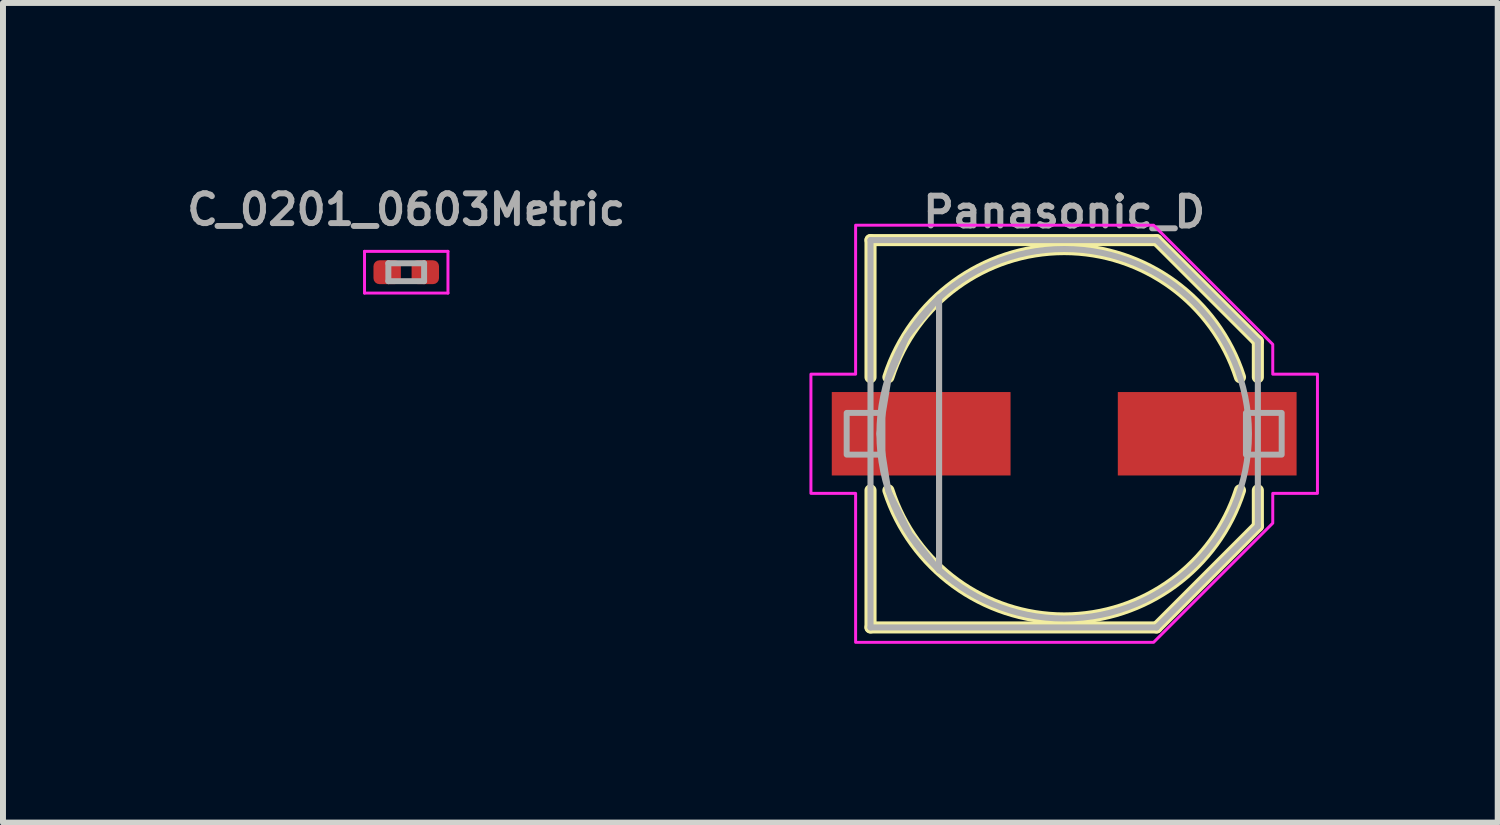
<source format=kicad_pcb>
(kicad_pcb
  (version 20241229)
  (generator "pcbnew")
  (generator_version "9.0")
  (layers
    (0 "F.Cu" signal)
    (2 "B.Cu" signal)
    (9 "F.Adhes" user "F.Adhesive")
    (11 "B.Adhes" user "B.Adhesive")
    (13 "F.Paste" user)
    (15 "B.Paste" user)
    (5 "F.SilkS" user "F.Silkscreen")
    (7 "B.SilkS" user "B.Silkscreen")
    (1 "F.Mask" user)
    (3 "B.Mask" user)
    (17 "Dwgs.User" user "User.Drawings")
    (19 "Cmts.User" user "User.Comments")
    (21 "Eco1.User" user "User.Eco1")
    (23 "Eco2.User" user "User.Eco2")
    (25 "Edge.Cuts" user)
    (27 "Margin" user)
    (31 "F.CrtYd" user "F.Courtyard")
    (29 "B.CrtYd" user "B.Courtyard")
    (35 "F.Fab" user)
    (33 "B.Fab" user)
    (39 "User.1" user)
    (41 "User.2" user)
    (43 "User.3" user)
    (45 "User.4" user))
  (footprint "Panasonic_D"
    (layer "F.Cu")
    (at 14.808 4.229)
    (property "Reference" "Panasonic_D" (at 0 -3.429 0) (layer "F.Fab") (effects (font (size 0.5 0.5) (thickness 0.1) (bold yes)) (justify bottom)))
    (attr smd)
    (fp_line (start -3.25 -3.25) (end 1.55 -3.25) (stroke (width 0.203) (type solid)) (layer "F.SilkS"))
    (fp_line (start -3.25 -0.95) (end -3.25 -3.25) (stroke (width 0.203) (type solid)) (layer "F.SilkS"))
    (fp_line (start -3.25 3.25) (end -3.25 0.95) (stroke (width 0.203) (type solid)) (layer "F.SilkS"))
    (fp_line (start 1.55 -3.25) (end 3.25 -1.55) (stroke (width 0.203) (type solid)) (layer "F.SilkS"))
    (fp_line (start 1.55 3.25) (end -3.25 3.25) (stroke (width 0.203) (type solid)) (layer "F.SilkS"))
    (fp_line (start 3.25 -1.55) (end 3.25 -0.95) (stroke (width 0.203) (type solid)) (layer "F.SilkS"))
    (fp_line (start 3.25 0.95) (end 3.25 1.55) (stroke (width 0.203) (type solid)) (layer "F.SilkS"))
    (fp_line (start 3.25 1.55) (end 1.55 3.25) (stroke (width 0.203) (type solid)) (layer "F.SilkS"))
    (fp_arc (start -2.95 -0.95) (mid 0 -3.099193) (end 2.95 -0.95) (stroke (width 0.2032) (type solid)) (layer "F.SilkS"))
    (fp_arc (start 2.95 0.95) (mid 0 3.099193) (end -2.95 0.95) (stroke (width 0.2032) (type solid)) (layer "F.SilkS"))
    (fp_poly (pts (xy -4.25 -1) (xy -4.25 1) (xy -3.5 1) (xy -3.5 3.5) (xy 1.5 3.5) (xy 3.5 1.5) (xy 3.5 1) (xy 4.25 1) (xy 4.25 -1) (xy 3.5 -1) (xy 3.5 -1.5) (xy 1.5 -3.5) (xy -3.5 -3.5) (xy -3.5 -1)) (stroke (width 0.05) (type solid)) (fill no) (layer "F.CrtYd"))
    (fp_line (start -3.25 -3.25) (end 1.55 -3.25) (stroke (width 0.102) (type solid)) (layer "F.Fab"))
    (fp_line (start -3.25 3.25) (end -3.25 -3.25) (stroke (width 0.102) (type solid)) (layer "F.Fab"))
    (fp_line (start -2.1 -2.25) (end -2.1 2.2) (stroke (width 0.102) (type solid)) (layer "F.Fab"))
    (fp_line (start 1.55 -3.25) (end 3.25 -1.55) (stroke (width 0.102) (type solid)) (layer "F.Fab"))
    (fp_line (start 1.55 3.25) (end -3.25 3.25) (stroke (width 0.102) (type solid)) (layer "F.Fab"))
    (fp_line (start 3.25 -1.55) (end 3.25 1.55) (stroke (width 0.102) (type solid)) (layer "F.Fab"))
    (fp_line (start 3.25 1.55) (end 1.55 3.25) (stroke (width 0.102) (type solid)) (layer "F.Fab"))
    (fp_circle (center 0 0) (end 3.1 0) (stroke (width 0.102) (type solid)) (fill no) (layer "F.Fab"))
    (fp_poly (pts (xy -3.65 0.35) (xy -3.05 0.35) (xy -3.05 -0.35) (xy -3.65 -0.35)) (stroke (width 0.1) (type default)) (fill no) (layer "F.Fab"))
    (fp_poly (pts (xy 3.05 0.35) (xy 3.65 0.35) (xy 3.65 -0.35) (xy 3.05 -0.35)) (stroke (width 0.1) (type default)) (fill no) (layer "F.Fab"))
    (fp_poly (pts (xy -2.099 2.295) (xy -2.593 1.678) (xy -2.949 0.966) (xy -3.101 -0.00022) (xy -2.949 -0.914) (xy -2.644 -1.627) (xy -2.099 -2.292)) (stroke (width 0.1) (type default)) (fill no) (layer "F.Fab"))
    (pad "1" smd rect (at 2.4 0) (size 3 1.4) (layers "F.Cu" "F.Mask" "F.Paste"))
    (pad "2" smd rect (at -2.4 0) (size 3 1.4) (layers "F.Cu" "F.Mask" "F.Paste")))
  (footprint "C_0201_0603Metric"
    (layer "F.Cu")
    (at 3.767 1.518)
    (property "Reference" "C_0201_0603Metric" (at 0 -1.05 0) (layer "F.Fab") (effects (font (size 0.5 0.5) (thickness 0.1))))
    (attr smd)
    (fp_line (start -0.7 -0.35) (end 0.7 -0.35) (stroke (width 0.05) (type solid)) (layer "F.CrtYd"))
    (fp_line (start -0.7 0.35) (end -0.7 -0.35) (stroke (width 0.05) (type solid)) (layer "F.CrtYd"))
    (fp_line (start 0.7 -0.35) (end 0.7 0.35) (stroke (width 0.05) (type solid)) (layer "F.CrtYd"))
    (fp_line (start 0.7 0.35) (end -0.7 0.35) (stroke (width 0.05) (type solid)) (layer "F.CrtYd"))
    (fp_line (start -0.3 -0.15) (end 0.3 -0.15) (stroke (width 0.1) (type solid)) (layer "F.Fab"))
    (fp_line (start -0.3 0.15) (end -0.3 -0.15) (stroke (width 0.1) (type solid)) (layer "F.Fab"))
    (fp_line (start 0.3 -0.15) (end 0.3 0.15) (stroke (width 0.1) (type solid)) (layer "F.Fab"))
    (fp_line (start 0.3 0.15) (end -0.3 0.15) (stroke (width 0.1) (type solid)) (layer "F.Fab"))
    (pad "" smd roundrect (at -0.345 0) (size 0.318 0.36) (layers "F.Paste") (roundrect_rratio 0.25))
    (pad "" smd roundrect (at 0.345 0) (size 0.318 0.36) (layers "F.Paste") (roundrect_rratio 0.25))
    (pad "1" smd roundrect (at -0.32 0) (size 0.46 0.4) (layers "F.Cu" "F.Mask") (roundrect_rratio 0.25))
    (pad "2" smd roundrect (at 0.32 0) (size 0.46 0.4) (layers "F.Cu" "F.Mask") (roundrect_rratio 0.25)))
  (gr_rect
    (start -3 -3)
    (end 22.083 10.754)
    (stroke (width 0.1) (type default))
    (fill no)
    (layer "Edge.Cuts")))
</source>
